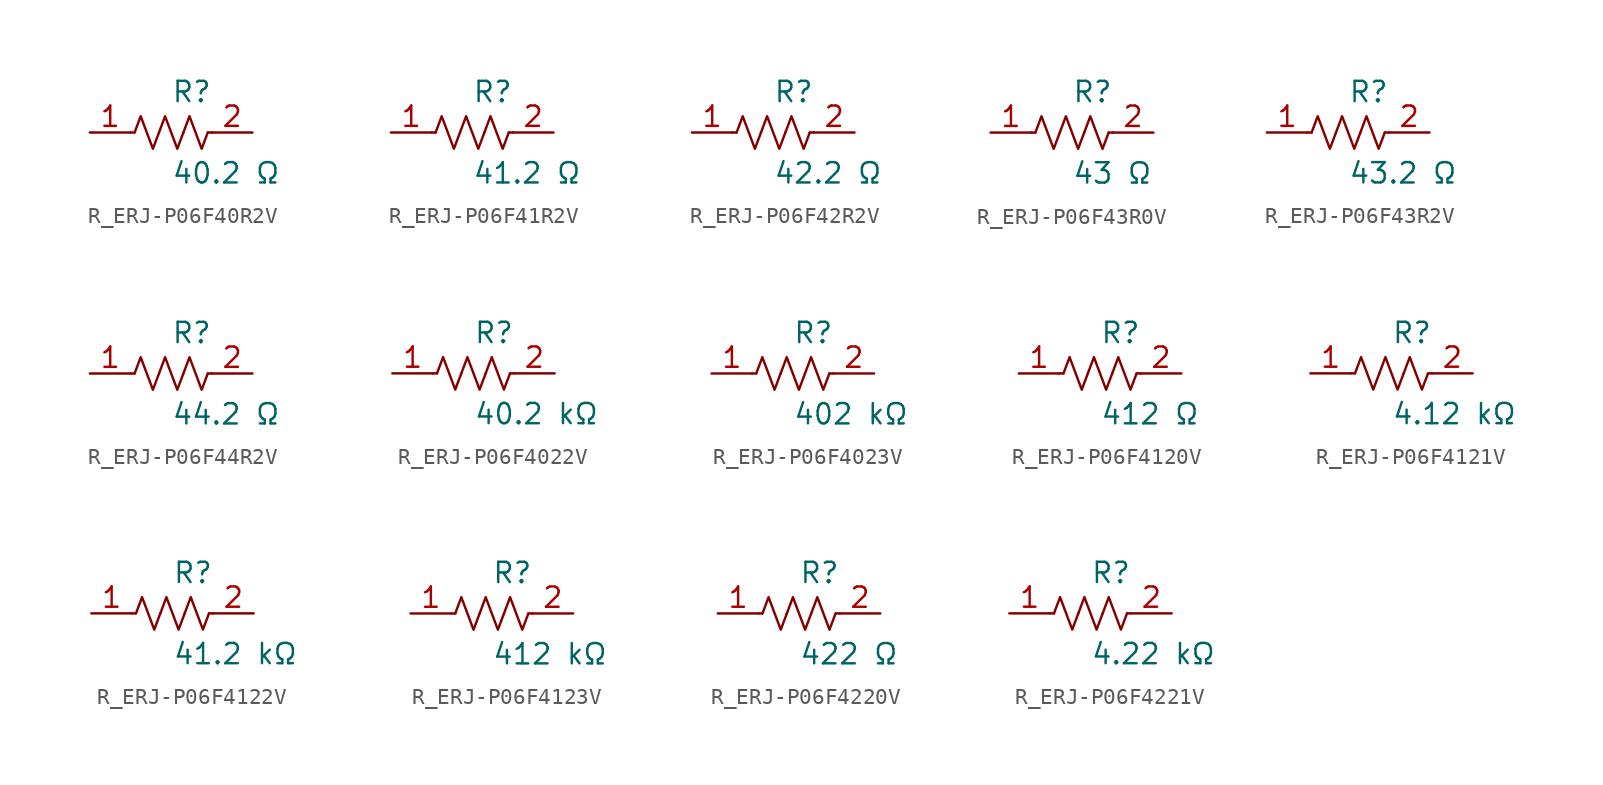
<source format=kicad_sym>
(kicad_symbol_lib
  (version 20231120)
  (generator kicad_symbol_editor)
  (generator_version 8.0)
  (symbol "R_ERJ-P06F40R2V"
    (pin_names
      (offset 0.254))
    (property "Reference" "R"
      (at 0 2.54 0)
      (effects (font (size 1.27 1.27)) (justify left)))
    (property "Value" "40.2 Ω"
      (at 0 -2.54 0)
      (effects (font (size 1.27 1.27)) (justify left)))
    (symbol "R_ERJ-P06F40R2V_0_1"
      (polyline (pts (xy 2.286 0) (xy 2.54 0)) (stroke (width 0) (type default)) (fill (type none)))
      (polyline (pts (xy -2.286 0) (xy -2.54 0)) (stroke (width 0) (type default)) (fill (type none)))
      (polyline (pts (xy 0.762 0) (xy 1.143 1.016) (xy 1.524 0) (xy 1.905 -1.016) (xy 2.286 0)) (stroke (width 0) (type default)) (fill (type none)))
      (polyline (pts (xy -0.762 0) (xy -0.381 1.016) (xy 0 0) (xy 0.381 -1.016) (xy 0.762 0)) (stroke (width 0) (type default)) (fill (type none)))
      (polyline (pts (xy -2.286 0) (xy -1.905 1.016) (xy -1.524 0) (xy -1.143 -1.016) (xy -0.762 0)) (stroke (width 0) (type default)) (fill (type none))))
    (pin passive line
      (at -5.08 0 0)
      (length 2.54)
      (name "" (effects (font (size 1.27 1.27))))
      (number "1" (effects (font (size 1.27 1.27)))))
    (pin passive line
      (at 5.08 0 180)
      (length 2.54)
      (name "" (effects (font (size 1.27 1.27))))
      (number "2" (effects (font (size 1.27 1.27))))))
  (symbol "R_ERJ-P06F41R2V"
    (pin_names
      (offset 0.254))
    (property "Reference" "R"
      (at 0 2.54 0)
      (effects (font (size 1.27 1.27)) (justify left)))
    (property "Value" "41.2 Ω"
      (at 0 -2.54 0)
      (effects (font (size 1.27 1.27)) (justify left)))
    (symbol "R_ERJ-P06F41R2V_0_1"
      (polyline (pts (xy 2.286 0) (xy 2.54 0)) (stroke (width 0) (type default)) (fill (type none)))
      (polyline (pts (xy -2.286 0) (xy -2.54 0)) (stroke (width 0) (type default)) (fill (type none)))
      (polyline (pts (xy 0.762 0) (xy 1.143 1.016) (xy 1.524 0) (xy 1.905 -1.016) (xy 2.286 0)) (stroke (width 0) (type default)) (fill (type none)))
      (polyline (pts (xy -0.762 0) (xy -0.381 1.016) (xy 0 0) (xy 0.381 -1.016) (xy 0.762 0)) (stroke (width 0) (type default)) (fill (type none)))
      (polyline (pts (xy -2.286 0) (xy -1.905 1.016) (xy -1.524 0) (xy -1.143 -1.016) (xy -0.762 0)) (stroke (width 0) (type default)) (fill (type none))))
    (pin passive line
      (at -5.08 0 0)
      (length 2.54)
      (name "" (effects (font (size 1.27 1.27))))
      (number "1" (effects (font (size 1.27 1.27)))))
    (pin passive line
      (at 5.08 0 180)
      (length 2.54)
      (name "" (effects (font (size 1.27 1.27))))
      (number "2" (effects (font (size 1.27 1.27))))))
  (symbol "R_ERJ-P06F42R2V"
    (pin_names
      (offset 0.254))
    (property "Reference" "R"
      (at 0 2.54 0)
      (effects (font (size 1.27 1.27)) (justify left)))
    (property "Value" "42.2 Ω"
      (at 0 -2.54 0)
      (effects (font (size 1.27 1.27)) (justify left)))
    (symbol "R_ERJ-P06F42R2V_0_1"
      (polyline (pts (xy 2.286 0) (xy 2.54 0)) (stroke (width 0) (type default)) (fill (type none)))
      (polyline (pts (xy -2.286 0) (xy -2.54 0)) (stroke (width 0) (type default)) (fill (type none)))
      (polyline (pts (xy 0.762 0) (xy 1.143 1.016) (xy 1.524 0) (xy 1.905 -1.016) (xy 2.286 0)) (stroke (width 0) (type default)) (fill (type none)))
      (polyline (pts (xy -0.762 0) (xy -0.381 1.016) (xy 0 0) (xy 0.381 -1.016) (xy 0.762 0)) (stroke (width 0) (type default)) (fill (type none)))
      (polyline (pts (xy -2.286 0) (xy -1.905 1.016) (xy -1.524 0) (xy -1.143 -1.016) (xy -0.762 0)) (stroke (width 0) (type default)) (fill (type none))))
    (pin passive line
      (at -5.08 0 0)
      (length 2.54)
      (name "" (effects (font (size 1.27 1.27))))
      (number "1" (effects (font (size 1.27 1.27)))))
    (pin passive line
      (at 5.08 0 180)
      (length 2.54)
      (name "" (effects (font (size 1.27 1.27))))
      (number "2" (effects (font (size 1.27 1.27))))))
  (symbol "R_ERJ-P06F43R0V"
    (pin_names
      (offset 0.254))
    (property "Reference" "R"
      (at 0 2.54 0)
      (effects (font (size 1.27 1.27)) (justify left)))
    (property "Value" "43 Ω"
      (at 0 -2.54 0)
      (effects (font (size 1.27 1.27)) (justify left)))
    (symbol "R_ERJ-P06F43R0V_0_1"
      (polyline (pts (xy 2.286 0) (xy 2.54 0)) (stroke (width 0) (type default)) (fill (type none)))
      (polyline (pts (xy -2.286 0) (xy -2.54 0)) (stroke (width 0) (type default)) (fill (type none)))
      (polyline (pts (xy 0.762 0) (xy 1.143 1.016) (xy 1.524 0) (xy 1.905 -1.016) (xy 2.286 0)) (stroke (width 0) (type default)) (fill (type none)))
      (polyline (pts (xy -0.762 0) (xy -0.381 1.016) (xy 0 0) (xy 0.381 -1.016) (xy 0.762 0)) (stroke (width 0) (type default)) (fill (type none)))
      (polyline (pts (xy -2.286 0) (xy -1.905 1.016) (xy -1.524 0) (xy -1.143 -1.016) (xy -0.762 0)) (stroke (width 0) (type default)) (fill (type none))))
    (pin passive line
      (at -5.08 0 0)
      (length 2.54)
      (name "" (effects (font (size 1.27 1.27))))
      (number "1" (effects (font (size 1.27 1.27)))))
    (pin passive line
      (at 5.08 0 180)
      (length 2.54)
      (name "" (effects (font (size 1.27 1.27))))
      (number "2" (effects (font (size 1.27 1.27))))))
  (symbol "R_ERJ-P06F43R2V"
    (pin_names
      (offset 0.254))
    (property "Reference" "R"
      (at 0 2.54 0)
      (effects (font (size 1.27 1.27)) (justify left)))
    (property "Value" "43.2 Ω"
      (at 0 -2.54 0)
      (effects (font (size 1.27 1.27)) (justify left)))
    (symbol "R_ERJ-P06F43R2V_0_1"
      (polyline (pts (xy 2.286 0) (xy 2.54 0)) (stroke (width 0) (type default)) (fill (type none)))
      (polyline (pts (xy -2.286 0) (xy -2.54 0)) (stroke (width 0) (type default)) (fill (type none)))
      (polyline (pts (xy 0.762 0) (xy 1.143 1.016) (xy 1.524 0) (xy 1.905 -1.016) (xy 2.286 0)) (stroke (width 0) (type default)) (fill (type none)))
      (polyline (pts (xy -0.762 0) (xy -0.381 1.016) (xy 0 0) (xy 0.381 -1.016) (xy 0.762 0)) (stroke (width 0) (type default)) (fill (type none)))
      (polyline (pts (xy -2.286 0) (xy -1.905 1.016) (xy -1.524 0) (xy -1.143 -1.016) (xy -0.762 0)) (stroke (width 0) (type default)) (fill (type none))))
    (pin passive line
      (at -5.08 0 0)
      (length 2.54)
      (name "" (effects (font (size 1.27 1.27))))
      (number "1" (effects (font (size 1.27 1.27)))))
    (pin passive line
      (at 5.08 0 180)
      (length 2.54)
      (name "" (effects (font (size 1.27 1.27))))
      (number "2" (effects (font (size 1.27 1.27))))))
  (symbol "R_ERJ-P06F44R2V"
    (pin_names
      (offset 0.254))
    (property "Reference" "R"
      (at 0 2.54 0)
      (effects (font (size 1.27 1.27)) (justify left)))
    (property "Value" "44.2 Ω"
      (at 0 -2.54 0)
      (effects (font (size 1.27 1.27)) (justify left)))
    (symbol "R_ERJ-P06F44R2V_0_1"
      (polyline (pts (xy 2.286 0) (xy 2.54 0)) (stroke (width 0) (type default)) (fill (type none)))
      (polyline (pts (xy -2.286 0) (xy -2.54 0)) (stroke (width 0) (type default)) (fill (type none)))
      (polyline (pts (xy 0.762 0) (xy 1.143 1.016) (xy 1.524 0) (xy 1.905 -1.016) (xy 2.286 0)) (stroke (width 0) (type default)) (fill (type none)))
      (polyline (pts (xy -0.762 0) (xy -0.381 1.016) (xy 0 0) (xy 0.381 -1.016) (xy 0.762 0)) (stroke (width 0) (type default)) (fill (type none)))
      (polyline (pts (xy -2.286 0) (xy -1.905 1.016) (xy -1.524 0) (xy -1.143 -1.016) (xy -0.762 0)) (stroke (width 0) (type default)) (fill (type none))))
    (pin passive line
      (at -5.08 0 0)
      (length 2.54)
      (name "" (effects (font (size 1.27 1.27))))
      (number "1" (effects (font (size 1.27 1.27)))))
    (pin passive line
      (at 5.08 0 180)
      (length 2.54)
      (name "" (effects (font (size 1.27 1.27))))
      (number "2" (effects (font (size 1.27 1.27))))))
  (symbol "R_ERJ-P06F4022V"
    (pin_names
      (offset 0.254))
    (property "Reference" "R"
      (at 0 2.54 0)
      (effects (font (size 1.27 1.27)) (justify left)))
    (property "Value" "40.2 kΩ"
      (at 0 -2.54 0)
      (effects (font (size 1.27 1.27)) (justify left)))
    (symbol "R_ERJ-P06F4022V_0_1"
      (polyline (pts (xy 2.286 0) (xy 2.54 0)) (stroke (width 0) (type default)) (fill (type none)))
      (polyline (pts (xy -2.286 0) (xy -2.54 0)) (stroke (width 0) (type default)) (fill (type none)))
      (polyline (pts (xy 0.762 0) (xy 1.143 1.016) (xy 1.524 0) (xy 1.905 -1.016) (xy 2.286 0)) (stroke (width 0) (type default)) (fill (type none)))
      (polyline (pts (xy -0.762 0) (xy -0.381 1.016) (xy 0 0) (xy 0.381 -1.016) (xy 0.762 0)) (stroke (width 0) (type default)) (fill (type none)))
      (polyline (pts (xy -2.286 0) (xy -1.905 1.016) (xy -1.524 0) (xy -1.143 -1.016) (xy -0.762 0)) (stroke (width 0) (type default)) (fill (type none))))
    (pin passive line
      (at -5.08 0 0)
      (length 2.54)
      (name "" (effects (font (size 1.27 1.27))))
      (number "1" (effects (font (size 1.27 1.27)))))
    (pin passive line
      (at 5.08 0 180)
      (length 2.54)
      (name "" (effects (font (size 1.27 1.27))))
      (number "2" (effects (font (size 1.27 1.27))))))
  (symbol "R_ERJ-P06F4023V"
    (pin_names
      (offset 0.254))
    (property "Reference" "R"
      (at 0 2.54 0)
      (effects (font (size 1.27 1.27)) (justify left)))
    (property "Value" "402 kΩ"
      (at 0 -2.54 0)
      (effects (font (size 1.27 1.27)) (justify left)))
    (symbol "R_ERJ-P06F4023V_0_1"
      (polyline (pts (xy 2.286 0) (xy 2.54 0)) (stroke (width 0) (type default)) (fill (type none)))
      (polyline (pts (xy -2.286 0) (xy -2.54 0)) (stroke (width 0) (type default)) (fill (type none)))
      (polyline (pts (xy 0.762 0) (xy 1.143 1.016) (xy 1.524 0) (xy 1.905 -1.016) (xy 2.286 0)) (stroke (width 0) (type default)) (fill (type none)))
      (polyline (pts (xy -0.762 0) (xy -0.381 1.016) (xy 0 0) (xy 0.381 -1.016) (xy 0.762 0)) (stroke (width 0) (type default)) (fill (type none)))
      (polyline (pts (xy -2.286 0) (xy -1.905 1.016) (xy -1.524 0) (xy -1.143 -1.016) (xy -0.762 0)) (stroke (width 0) (type default)) (fill (type none))))
    (pin passive line
      (at -5.08 0 0)
      (length 2.54)
      (name "" (effects (font (size 1.27 1.27))))
      (number "1" (effects (font (size 1.27 1.27)))))
    (pin passive line
      (at 5.08 0 180)
      (length 2.54)
      (name "" (effects (font (size 1.27 1.27))))
      (number "2" (effects (font (size 1.27 1.27))))))
  (symbol "R_ERJ-P06F4120V"
    (pin_names
      (offset 0.254))
    (property "Reference" "R"
      (at 0 2.54 0)
      (effects (font (size 1.27 1.27)) (justify left)))
    (property "Value" "412 Ω"
      (at 0 -2.54 0)
      (effects (font (size 1.27 1.27)) (justify left)))
    (symbol "R_ERJ-P06F4120V_0_1"
      (polyline (pts (xy 2.286 0) (xy 2.54 0)) (stroke (width 0) (type default)) (fill (type none)))
      (polyline (pts (xy -2.286 0) (xy -2.54 0)) (stroke (width 0) (type default)) (fill (type none)))
      (polyline (pts (xy 0.762 0) (xy 1.143 1.016) (xy 1.524 0) (xy 1.905 -1.016) (xy 2.286 0)) (stroke (width 0) (type default)) (fill (type none)))
      (polyline (pts (xy -0.762 0) (xy -0.381 1.016) (xy 0 0) (xy 0.381 -1.016) (xy 0.762 0)) (stroke (width 0) (type default)) (fill (type none)))
      (polyline (pts (xy -2.286 0) (xy -1.905 1.016) (xy -1.524 0) (xy -1.143 -1.016) (xy -0.762 0)) (stroke (width 0) (type default)) (fill (type none))))
    (pin passive line
      (at -5.08 0 0)
      (length 2.54)
      (name "" (effects (font (size 1.27 1.27))))
      (number "1" (effects (font (size 1.27 1.27)))))
    (pin passive line
      (at 5.08 0 180)
      (length 2.54)
      (name "" (effects (font (size 1.27 1.27))))
      (number "2" (effects (font (size 1.27 1.27))))))
  (symbol "R_ERJ-P06F4121V"
    (pin_names
      (offset 0.254))
    (property "Reference" "R"
      (at 0 2.54 0)
      (effects (font (size 1.27 1.27)) (justify left)))
    (property "Value" "4.12 kΩ"
      (at 0 -2.54 0)
      (effects (font (size 1.27 1.27)) (justify left)))
    (symbol "R_ERJ-P06F4121V_0_1"
      (polyline (pts (xy 2.286 0) (xy 2.54 0)) (stroke (width 0) (type default)) (fill (type none)))
      (polyline (pts (xy -2.286 0) (xy -2.54 0)) (stroke (width 0) (type default)) (fill (type none)))
      (polyline (pts (xy 0.762 0) (xy 1.143 1.016) (xy 1.524 0) (xy 1.905 -1.016) (xy 2.286 0)) (stroke (width 0) (type default)) (fill (type none)))
      (polyline (pts (xy -0.762 0) (xy -0.381 1.016) (xy 0 0) (xy 0.381 -1.016) (xy 0.762 0)) (stroke (width 0) (type default)) (fill (type none)))
      (polyline (pts (xy -2.286 0) (xy -1.905 1.016) (xy -1.524 0) (xy -1.143 -1.016) (xy -0.762 0)) (stroke (width 0) (type default)) (fill (type none))))
    (pin passive line
      (at -5.08 0 0)
      (length 2.54)
      (name "" (effects (font (size 1.27 1.27))))
      (number "1" (effects (font (size 1.27 1.27)))))
    (pin passive line
      (at 5.08 0 180)
      (length 2.54)
      (name "" (effects (font (size 1.27 1.27))))
      (number "2" (effects (font (size 1.27 1.27))))))
  (symbol "R_ERJ-P06F4122V"
    (pin_names
      (offset 0.254))
    (property "Reference" "R"
      (at 0 2.54 0)
      (effects (font (size 1.27 1.27)) (justify left)))
    (property "Value" "41.2 kΩ"
      (at 0 -2.54 0)
      (effects (font (size 1.27 1.27)) (justify left)))
    (symbol "R_ERJ-P06F4122V_0_1"
      (polyline (pts (xy 2.286 0) (xy 2.54 0)) (stroke (width 0) (type default)) (fill (type none)))
      (polyline (pts (xy -2.286 0) (xy -2.54 0)) (stroke (width 0) (type default)) (fill (type none)))
      (polyline (pts (xy 0.762 0) (xy 1.143 1.016) (xy 1.524 0) (xy 1.905 -1.016) (xy 2.286 0)) (stroke (width 0) (type default)) (fill (type none)))
      (polyline (pts (xy -0.762 0) (xy -0.381 1.016) (xy 0 0) (xy 0.381 -1.016) (xy 0.762 0)) (stroke (width 0) (type default)) (fill (type none)))
      (polyline (pts (xy -2.286 0) (xy -1.905 1.016) (xy -1.524 0) (xy -1.143 -1.016) (xy -0.762 0)) (stroke (width 0) (type default)) (fill (type none))))
    (pin passive line
      (at -5.08 0 0)
      (length 2.54)
      (name "" (effects (font (size 1.27 1.27))))
      (number "1" (effects (font (size 1.27 1.27)))))
    (pin passive line
      (at 5.08 0 180)
      (length 2.54)
      (name "" (effects (font (size 1.27 1.27))))
      (number "2" (effects (font (size 1.27 1.27))))))
  (symbol "R_ERJ-P06F4123V"
    (pin_names
      (offset 0.254))
    (property "Reference" "R"
      (at 0 2.54 0)
      (effects (font (size 1.27 1.27)) (justify left)))
    (property "Value" "412 kΩ"
      (at 0 -2.54 0)
      (effects (font (size 1.27 1.27)) (justify left)))
    (symbol "R_ERJ-P06F4123V_0_1"
      (polyline (pts (xy 2.286 0) (xy 2.54 0)) (stroke (width 0) (type default)) (fill (type none)))
      (polyline (pts (xy -2.286 0) (xy -2.54 0)) (stroke (width 0) (type default)) (fill (type none)))
      (polyline (pts (xy 0.762 0) (xy 1.143 1.016) (xy 1.524 0) (xy 1.905 -1.016) (xy 2.286 0)) (stroke (width 0) (type default)) (fill (type none)))
      (polyline (pts (xy -0.762 0) (xy -0.381 1.016) (xy 0 0) (xy 0.381 -1.016) (xy 0.762 0)) (stroke (width 0) (type default)) (fill (type none)))
      (polyline (pts (xy -2.286 0) (xy -1.905 1.016) (xy -1.524 0) (xy -1.143 -1.016) (xy -0.762 0)) (stroke (width 0) (type default)) (fill (type none))))
    (pin passive line
      (at -5.08 0 0)
      (length 2.54)
      (name "" (effects (font (size 1.27 1.27))))
      (number "1" (effects (font (size 1.27 1.27)))))
    (pin passive line
      (at 5.08 0 180)
      (length 2.54)
      (name "" (effects (font (size 1.27 1.27))))
      (number "2" (effects (font (size 1.27 1.27))))))
  (symbol "R_ERJ-P06F4220V"
    (pin_names
      (offset 0.254))
    (property "Reference" "R"
      (at 0 2.54 0)
      (effects (font (size 1.27 1.27)) (justify left)))
    (property "Value" "422 Ω"
      (at 0 -2.54 0)
      (effects (font (size 1.27 1.27)) (justify left)))
    (symbol "R_ERJ-P06F4220V_0_1"
      (polyline (pts (xy 2.286 0) (xy 2.54 0)) (stroke (width 0) (type default)) (fill (type none)))
      (polyline (pts (xy -2.286 0) (xy -2.54 0)) (stroke (width 0) (type default)) (fill (type none)))
      (polyline (pts (xy 0.762 0) (xy 1.143 1.016) (xy 1.524 0) (xy 1.905 -1.016) (xy 2.286 0)) (stroke (width 0) (type default)) (fill (type none)))
      (polyline (pts (xy -0.762 0) (xy -0.381 1.016) (xy 0 0) (xy 0.381 -1.016) (xy 0.762 0)) (stroke (width 0) (type default)) (fill (type none)))
      (polyline (pts (xy -2.286 0) (xy -1.905 1.016) (xy -1.524 0) (xy -1.143 -1.016) (xy -0.762 0)) (stroke (width 0) (type default)) (fill (type none))))
    (pin passive line
      (at -5.08 0 0)
      (length 2.54)
      (name "" (effects (font (size 1.27 1.27))))
      (number "1" (effects (font (size 1.27 1.27)))))
    (pin passive line
      (at 5.08 0 180)
      (length 2.54)
      (name "" (effects (font (size 1.27 1.27))))
      (number "2" (effects (font (size 1.27 1.27))))))
  (symbol "R_ERJ-P06F4221V"
    (pin_names
      (offset 0.254))
    (property "Reference" "R"
      (at 0 2.54 0)
      (effects (font (size 1.27 1.27)) (justify left)))
    (property "Value" "4.22 kΩ"
      (at 0 -2.54 0)
      (effects (font (size 1.27 1.27)) (justify left)))
    (symbol "R_ERJ-P06F4221V_0_1"
      (polyline (pts (xy 2.286 0) (xy 2.54 0)) (stroke (width 0) (type default)) (fill (type none)))
      (polyline (pts (xy -2.286 0) (xy -2.54 0)) (stroke (width 0) (type default)) (fill (type none)))
      (polyline (pts (xy 0.762 0) (xy 1.143 1.016) (xy 1.524 0) (xy 1.905 -1.016) (xy 2.286 0)) (stroke (width 0) (type default)) (fill (type none)))
      (polyline (pts (xy -0.762 0) (xy -0.381 1.016) (xy 0 0) (xy 0.381 -1.016) (xy 0.762 0)) (stroke (width 0) (type default)) (fill (type none)))
      (polyline (pts (xy -2.286 0) (xy -1.905 1.016) (xy -1.524 0) (xy -1.143 -1.016) (xy -0.762 0)) (stroke (width 0) (type default)) (fill (type none))))
    (pin passive line
      (at -5.08 0 0)
      (length 2.54)
      (name "" (effects (font (size 1.27 1.27))))
      (number "1" (effects (font (size 1.27 1.27)))))
    (pin passive line
      (at 5.08 0 180)
      (length 2.54)
      (name "" (effects (font (size 1.27 1.27))))
      (number "2" (effects (font (size 1.27 1.27)))))))
</source>
